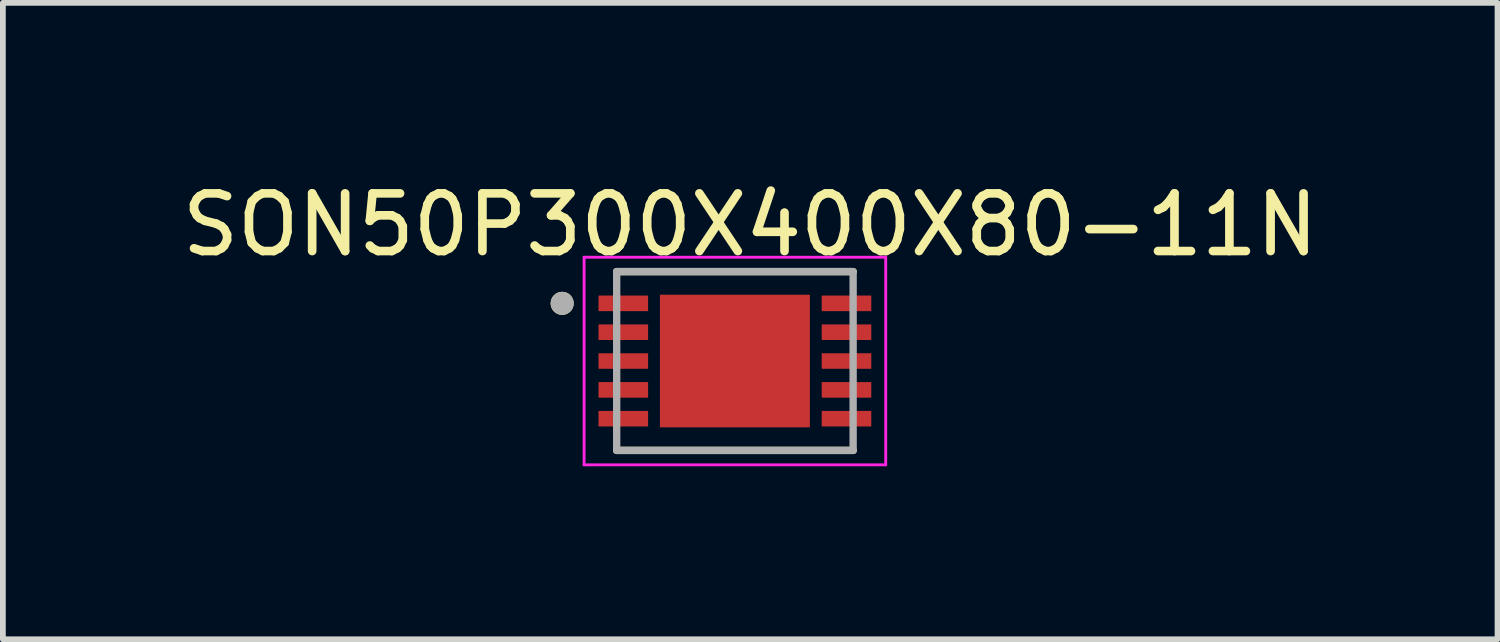
<source format=kicad_pcb>
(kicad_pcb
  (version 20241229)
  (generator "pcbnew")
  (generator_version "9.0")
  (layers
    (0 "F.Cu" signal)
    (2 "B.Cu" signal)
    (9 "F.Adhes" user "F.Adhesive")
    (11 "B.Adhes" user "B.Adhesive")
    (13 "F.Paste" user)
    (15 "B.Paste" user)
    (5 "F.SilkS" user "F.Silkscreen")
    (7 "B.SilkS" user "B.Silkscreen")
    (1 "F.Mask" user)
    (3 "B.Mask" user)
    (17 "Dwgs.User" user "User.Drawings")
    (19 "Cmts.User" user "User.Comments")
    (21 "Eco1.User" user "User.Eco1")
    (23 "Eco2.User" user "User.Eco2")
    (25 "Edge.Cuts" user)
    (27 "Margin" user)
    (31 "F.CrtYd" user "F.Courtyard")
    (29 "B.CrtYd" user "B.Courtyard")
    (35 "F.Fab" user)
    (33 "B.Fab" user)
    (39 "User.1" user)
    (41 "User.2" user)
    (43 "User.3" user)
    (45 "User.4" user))
  (footprint "SON50P300X400X80-11N"
    (layer "F.Cu")
    (at 9.693 3.21)
    (property "Reference" "SON50P300X400X80-11N" (at 0.265 -2.362 0) (layer "F.SilkS") (effects (font (size 1 1) (thickness 0.15))))
    (attr through_hole)
    (fp_line (start -2.05 -1.55) (end 2.05 -1.55) (stroke (width 0.127) (type solid)) (layer "F.SilkS"))
    (fp_line (start -2.05 1.55) (end 2.05 1.55) (stroke (width 0.127) (type solid)) (layer "F.SilkS"))
    (fp_circle (center -2.995 -1) (end -2.895 -1) (stroke (width 0.2) (type solid)) (fill no) (layer "F.SilkS"))
    (fp_poly (pts (xy -0.82 -0.73) (xy 0.82 -0.73) (xy 0.82 0.73) (xy -0.82 0.73)) (stroke (width 0.01) (type solid)) (fill yes) (layer "F.Paste"))
    (fp_line (start -2.615 -1.8) (end -2.615 1.8) (stroke (width 0.05) (type solid)) (layer "F.CrtYd"))
    (fp_line (start -2.615 -1.8) (end 2.615 -1.8) (stroke (width 0.05) (type solid)) (layer "F.CrtYd"))
    (fp_line (start -2.615 1.8) (end 2.615 1.8) (stroke (width 0.05) (type solid)) (layer "F.CrtYd"))
    (fp_line (start 2.615 -1.8) (end 2.615 1.8) (stroke (width 0.05) (type solid)) (layer "F.CrtYd"))
    (fp_line (start -2.05 -1.55) (end -2.05 1.55) (stroke (width 0.127) (type solid)) (layer "F.Fab"))
    (fp_line (start -2.05 -1.55) (end 2.05 -1.55) (stroke (width 0.127) (type solid)) (layer "F.Fab"))
    (fp_line (start -2.05 1.55) (end 2.05 1.55) (stroke (width 0.127) (type solid)) (layer "F.Fab"))
    (fp_line (start 2.05 -1.55) (end 2.05 1.55) (stroke (width 0.127) (type solid)) (layer "F.Fab"))
    (fp_circle (center -2.995 -1) (end -2.895 -1) (stroke (width 0.2) (type solid)) (fill no) (layer "F.Fab"))
    (pad "1" smd roundrect (at -1.935 -1) (size 0.86 0.27) (layers "F.Cu" "F.Mask" "F.Paste") (roundrect_rratio 0.03))
    (pad "2" smd roundrect (at -1.935 -0.5) (size 0.86 0.27) (layers "F.Cu" "F.Mask" "F.Paste") (roundrect_rratio 0.03))
    (pad "3" smd roundrect (at -1.935 0) (size 0.86 0.27) (layers "F.Cu" "F.Mask" "F.Paste") (roundrect_rratio 0.03))
    (pad "4" smd roundrect (at -1.935 0.5) (size 0.86 0.27) (layers "F.Cu" "F.Mask" "F.Paste") (roundrect_rratio 0.03))
    (pad "5" smd roundrect (at -1.935 1) (size 0.86 0.27) (layers "F.Cu" "F.Mask" "F.Paste") (roundrect_rratio 0.03))
    (pad "6" smd roundrect (at 1.935 1) (size 0.86 0.27) (layers "F.Cu" "F.Mask" "F.Paste") (roundrect_rratio 0.03))
    (pad "7" smd roundrect (at 1.935 0.5) (size 0.86 0.27) (layers "F.Cu" "F.Mask" "F.Paste") (roundrect_rratio 0.03))
    (pad "8" smd roundrect (at 1.935 0) (size 0.86 0.27) (layers "F.Cu" "F.Mask" "F.Paste") (roundrect_rratio 0.03))
    (pad "9" smd roundrect (at 1.935 -0.5) (size 0.86 0.27) (layers "F.Cu" "F.Mask" "F.Paste") (roundrect_rratio 0.03))
    (pad "10" smd roundrect (at 1.935 -1) (size 0.86 0.27) (layers "F.Cu" "F.Mask" "F.Paste") (roundrect_rratio 0.03))
    (pad "11" smd rect (at 0 0) (size 2.6 2.3) (layers "F.Cu" "F.Mask")))
  (gr_rect
    (start -3 -3)
    (end 22.917 8.035)
    (stroke (width 0.1) (type default))
    (fill no)
    (layer "Edge.Cuts")))
</source>
